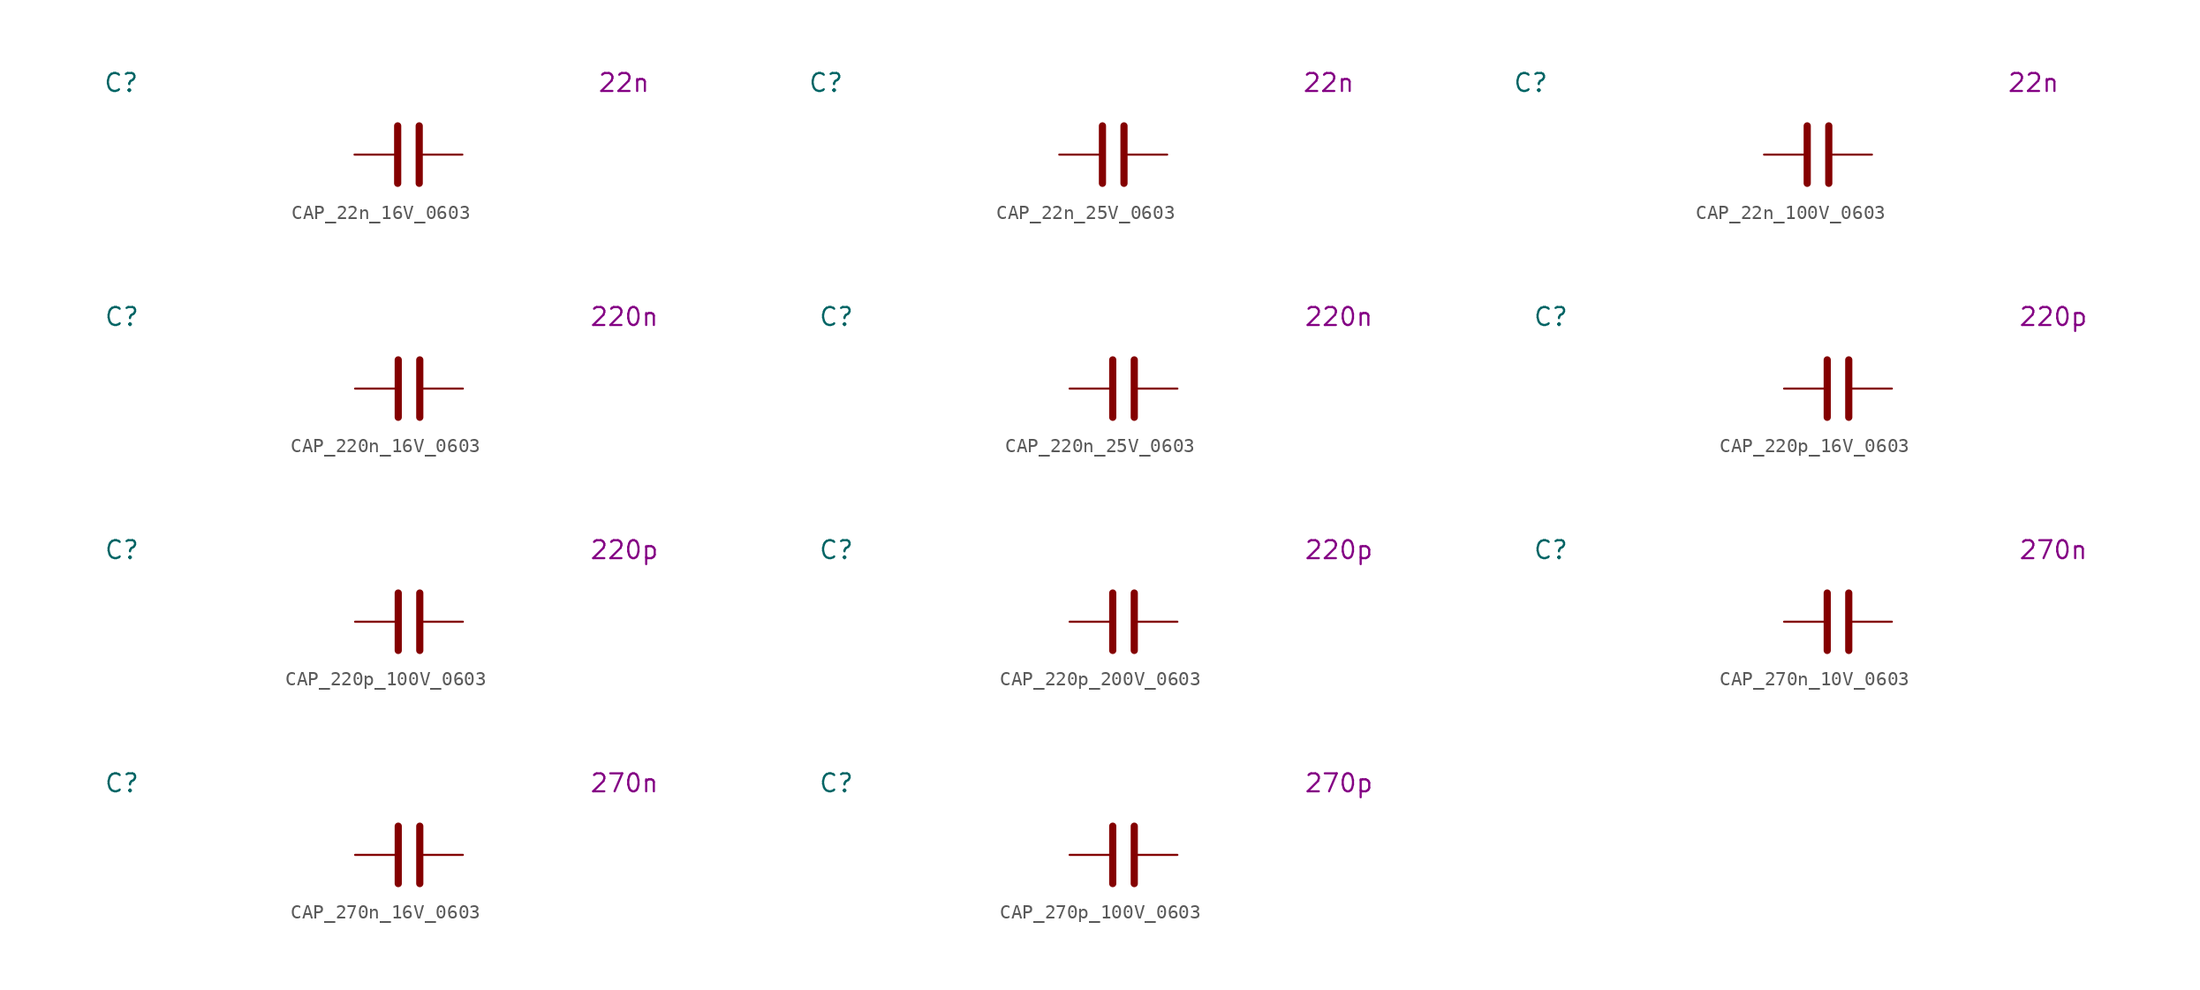
<source format=kicad_sym>
(kicad_symbol_lib
  (version 20231120)
  (generator "kicad_symbol_editor")
  (generator_version "8.0")
  (symbol "CAP_22n_16V_0603"
    (pin_numbers hide)
    (property "Reference" "C"
      (at -20.32 5.08 0)
      (effects (font (size 1.27 1.27))))
    (property "Display Value" "22n"
      (at 15.24 5.08 0)
      (effects (font (size 1.27 1.27))))
    (symbol "CAP_22n_16V_0603_0_1"
      (polyline (pts (xy -0.762 -2.032) (xy -0.762 2.032)) (stroke (width 0.508) (type default)) (fill (type none)))
      (polyline (pts (xy 0.762 -2.032) (xy 0.762 2.032)) (stroke (width 0.508) (type default)) (fill (type none))))
    (symbol "CAP_22n_16V_0603_1_1"
      (pin passive line (at -3.81 0 0) (length 2.794) (name "~" (effects (font (size 1.27 1.27)))) (number "1" (effects (font (size 1.27 1.27)))))
      (pin passive line (at 3.81 0 180) (length 2.794) (name "~" (effects (font (size 1.27 1.27)))) (number "2" (effects (font (size 1.27 1.27)))))))
  (symbol "CAP_22n_25V_0603"
    (pin_numbers hide)
    (property "Reference" "C"
      (at -20.32 5.08 0)
      (effects (font (size 1.27 1.27))))
    (property "Display Value" "22n"
      (at 15.24 5.08 0)
      (effects (font (size 1.27 1.27))))
    (symbol "CAP_22n_25V_0603_0_1"
      (polyline (pts (xy -0.762 -2.032) (xy -0.762 2.032)) (stroke (width 0.508) (type default)) (fill (type none)))
      (polyline (pts (xy 0.762 -2.032) (xy 0.762 2.032)) (stroke (width 0.508) (type default)) (fill (type none))))
    (symbol "CAP_22n_25V_0603_1_1"
      (pin passive line (at -3.81 0 0) (length 2.794) (name "~" (effects (font (size 1.27 1.27)))) (number "1" (effects (font (size 1.27 1.27)))))
      (pin passive line (at 3.81 0 180) (length 2.794) (name "~" (effects (font (size 1.27 1.27)))) (number "2" (effects (font (size 1.27 1.27)))))))
  (symbol "CAP_22n_100V_0603"
    (pin_numbers hide)
    (property "Reference" "C"
      (at -20.32 5.08 0)
      (effects (font (size 1.27 1.27))))
    (property "Display Value" "22n"
      (at 15.24 5.08 0)
      (effects (font (size 1.27 1.27))))
    (symbol "CAP_22n_100V_0603_0_1"
      (polyline (pts (xy -0.762 -2.032) (xy -0.762 2.032)) (stroke (width 0.508) (type default)) (fill (type none)))
      (polyline (pts (xy 0.762 -2.032) (xy 0.762 2.032)) (stroke (width 0.508) (type default)) (fill (type none))))
    (symbol "CAP_22n_100V_0603_1_1"
      (pin passive line (at -3.81 0 0) (length 2.794) (name "~" (effects (font (size 1.27 1.27)))) (number "1" (effects (font (size 1.27 1.27)))))
      (pin passive line (at 3.81 0 180) (length 2.794) (name "~" (effects (font (size 1.27 1.27)))) (number "2" (effects (font (size 1.27 1.27)))))))
  (symbol "CAP_220n_16V_0603"
    (pin_numbers hide)
    (property "Reference" "C"
      (at -20.32 5.08 0)
      (effects (font (size 1.27 1.27))))
    (property "Display Value" "220n"
      (at 15.24 5.08 0)
      (effects (font (size 1.27 1.27))))
    (symbol "CAP_220n_16V_0603_0_1"
      (polyline (pts (xy -0.762 -2.032) (xy -0.762 2.032)) (stroke (width 0.508) (type default)) (fill (type none)))
      (polyline (pts (xy 0.762 -2.032) (xy 0.762 2.032)) (stroke (width 0.508) (type default)) (fill (type none))))
    (symbol "CAP_220n_16V_0603_1_1"
      (pin passive line (at -3.81 0 0) (length 2.794) (name "~" (effects (font (size 1.27 1.27)))) (number "1" (effects (font (size 1.27 1.27)))))
      (pin passive line (at 3.81 0 180) (length 2.794) (name "~" (effects (font (size 1.27 1.27)))) (number "2" (effects (font (size 1.27 1.27)))))))
  (symbol "CAP_220n_25V_0603"
    (pin_numbers hide)
    (property "Reference" "C"
      (at -20.32 5.08 0)
      (effects (font (size 1.27 1.27))))
    (property "Display Value" "220n"
      (at 15.24 5.08 0)
      (effects (font (size 1.27 1.27))))
    (symbol "CAP_220n_25V_0603_0_1"
      (polyline (pts (xy -0.762 -2.032) (xy -0.762 2.032)) (stroke (width 0.508) (type default)) (fill (type none)))
      (polyline (pts (xy 0.762 -2.032) (xy 0.762 2.032)) (stroke (width 0.508) (type default)) (fill (type none))))
    (symbol "CAP_220n_25V_0603_1_1"
      (pin passive line (at -3.81 0 0) (length 2.794) (name "~" (effects (font (size 1.27 1.27)))) (number "1" (effects (font (size 1.27 1.27)))))
      (pin passive line (at 3.81 0 180) (length 2.794) (name "~" (effects (font (size 1.27 1.27)))) (number "2" (effects (font (size 1.27 1.27)))))))
  (symbol "CAP_220p_16V_0603"
    (pin_numbers hide)
    (property "Reference" "C"
      (at -20.32 5.08 0)
      (effects (font (size 1.27 1.27))))
    (property "Display Value" "220p"
      (at 15.24 5.08 0)
      (effects (font (size 1.27 1.27))))
    (symbol "CAP_220p_16V_0603_0_1"
      (polyline (pts (xy -0.762 -2.032) (xy -0.762 2.032)) (stroke (width 0.508) (type default)) (fill (type none)))
      (polyline (pts (xy 0.762 -2.032) (xy 0.762 2.032)) (stroke (width 0.508) (type default)) (fill (type none))))
    (symbol "CAP_220p_16V_0603_1_1"
      (pin passive line (at -3.81 0 0) (length 2.794) (name "~" (effects (font (size 1.27 1.27)))) (number "1" (effects (font (size 1.27 1.27)))))
      (pin passive line (at 3.81 0 180) (length 2.794) (name "~" (effects (font (size 1.27 1.27)))) (number "2" (effects (font (size 1.27 1.27)))))))
  (symbol "CAP_220p_100V_0603"
    (pin_numbers hide)
    (property "Reference" "C"
      (at -20.32 5.08 0)
      (effects (font (size 1.27 1.27))))
    (property "Display Value" "220p"
      (at 15.24 5.08 0)
      (effects (font (size 1.27 1.27))))
    (symbol "CAP_220p_100V_0603_0_1"
      (polyline (pts (xy -0.762 -2.032) (xy -0.762 2.032)) (stroke (width 0.508) (type default)) (fill (type none)))
      (polyline (pts (xy 0.762 -2.032) (xy 0.762 2.032)) (stroke (width 0.508) (type default)) (fill (type none))))
    (symbol "CAP_220p_100V_0603_1_1"
      (pin passive line (at -3.81 0 0) (length 2.794) (name "~" (effects (font (size 1.27 1.27)))) (number "1" (effects (font (size 1.27 1.27)))))
      (pin passive line (at 3.81 0 180) (length 2.794) (name "~" (effects (font (size 1.27 1.27)))) (number "2" (effects (font (size 1.27 1.27)))))))
  (symbol "CAP_220p_200V_0603"
    (pin_numbers hide)
    (property "Reference" "C"
      (at -20.32 5.08 0)
      (effects (font (size 1.27 1.27))))
    (property "Display Value" "220p"
      (at 15.24 5.08 0)
      (effects (font (size 1.27 1.27))))
    (symbol "CAP_220p_200V_0603_0_1"
      (polyline (pts (xy -0.762 -2.032) (xy -0.762 2.032)) (stroke (width 0.508) (type default)) (fill (type none)))
      (polyline (pts (xy 0.762 -2.032) (xy 0.762 2.032)) (stroke (width 0.508) (type default)) (fill (type none))))
    (symbol "CAP_220p_200V_0603_1_1"
      (pin passive line (at -3.81 0 0) (length 2.794) (name "~" (effects (font (size 1.27 1.27)))) (number "1" (effects (font (size 1.27 1.27)))))
      (pin passive line (at 3.81 0 180) (length 2.794) (name "~" (effects (font (size 1.27 1.27)))) (number "2" (effects (font (size 1.27 1.27)))))))
  (symbol "CAP_270n_10V_0603"
    (pin_numbers hide)
    (property "Reference" "C"
      (at -20.32 5.08 0)
      (effects (font (size 1.27 1.27))))
    (property "Display Value" "270n"
      (at 15.24 5.08 0)
      (effects (font (size 1.27 1.27))))
    (symbol "CAP_270n_10V_0603_0_1"
      (polyline (pts (xy -0.762 -2.032) (xy -0.762 2.032)) (stroke (width 0.508) (type default)) (fill (type none)))
      (polyline (pts (xy 0.762 -2.032) (xy 0.762 2.032)) (stroke (width 0.508) (type default)) (fill (type none))))
    (symbol "CAP_270n_10V_0603_1_1"
      (pin passive line (at -3.81 0 0) (length 2.794) (name "~" (effects (font (size 1.27 1.27)))) (number "1" (effects (font (size 1.27 1.27)))))
      (pin passive line (at 3.81 0 180) (length 2.794) (name "~" (effects (font (size 1.27 1.27)))) (number "2" (effects (font (size 1.27 1.27)))))))
  (symbol "CAP_270n_16V_0603"
    (pin_numbers hide)
    (property "Reference" "C"
      (at -20.32 5.08 0)
      (effects (font (size 1.27 1.27))))
    (property "Display Value" "270n"
      (at 15.24 5.08 0)
      (effects (font (size 1.27 1.27))))
    (symbol "CAP_270n_16V_0603_0_1"
      (polyline (pts (xy -0.762 -2.032) (xy -0.762 2.032)) (stroke (width 0.508) (type default)) (fill (type none)))
      (polyline (pts (xy 0.762 -2.032) (xy 0.762 2.032)) (stroke (width 0.508) (type default)) (fill (type none))))
    (symbol "CAP_270n_16V_0603_1_1"
      (pin passive line (at -3.81 0 0) (length 2.794) (name "~" (effects (font (size 1.27 1.27)))) (number "1" (effects (font (size 1.27 1.27)))))
      (pin passive line (at 3.81 0 180) (length 2.794) (name "~" (effects (font (size 1.27 1.27)))) (number "2" (effects (font (size 1.27 1.27)))))))
  (symbol "CAP_270p_100V_0603"
    (pin_numbers hide)
    (property "Reference" "C"
      (at -20.32 5.08 0)
      (effects (font (size 1.27 1.27))))
    (property "Display Value" "270p"
      (at 15.24 5.08 0)
      (effects (font (size 1.27 1.27))))
    (symbol "CAP_270p_100V_0603_0_1"
      (polyline (pts (xy -0.762 -2.032) (xy -0.762 2.032)) (stroke (width 0.508) (type default)) (fill (type none)))
      (polyline (pts (xy 0.762 -2.032) (xy 0.762 2.032)) (stroke (width 0.508) (type default)) (fill (type none))))
    (symbol "CAP_270p_100V_0603_1_1"
      (pin passive line (at -3.81 0 0) (length 2.794) (name "~" (effects (font (size 1.27 1.27)))) (number "1" (effects (font (size 1.27 1.27)))))
      (pin passive line (at 3.81 0 180) (length 2.794) (name "~" (effects (font (size 1.27 1.27)))) (number "2" (effects (font (size 1.27 1.27))))))))
</source>
